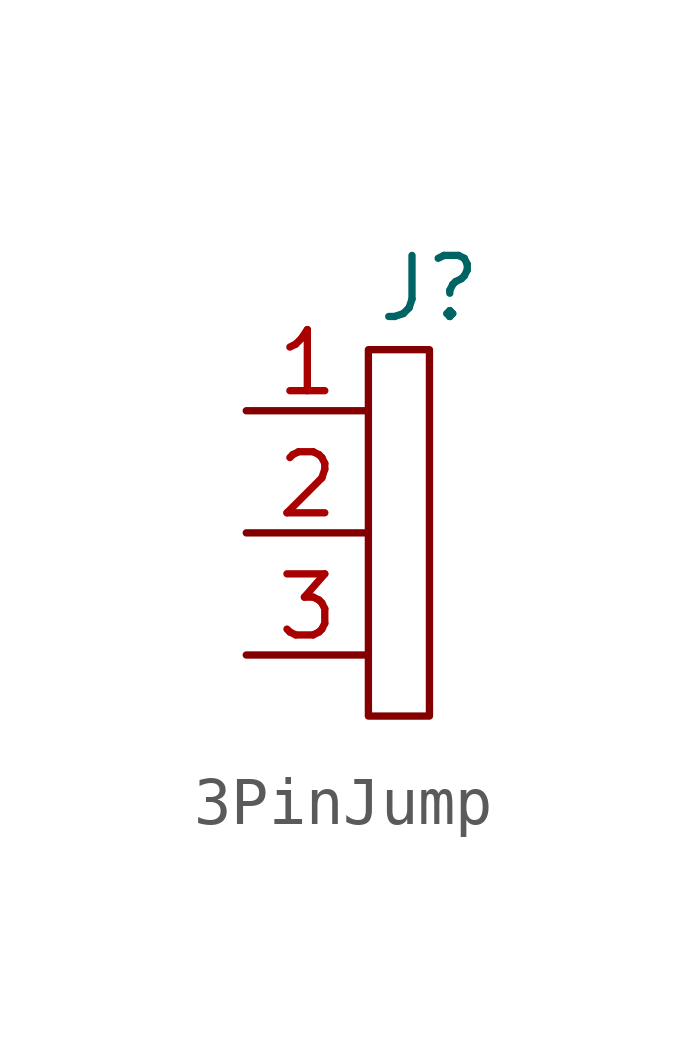
<source format=kicad_sym>
(kicad_symbol_lib
  (version 20211014)
  (generator kicad_symbol_editor)
  (symbol "3PinJump"
    (property "Reference" "J"
      (at 3.81 2.54 0)
      (effects (font (size 1.27 1.27))))
    (symbol "3PinJump_0_0"
      (pin unspecified line (at 0 0 0) (length 2.54) (name "" (effects (font (size 1.27 1.27)))) (number "1" (effects (font (size 1.27 1.27)))))
      (pin unspecified line (at 0 -2.54 0) (length 2.54) (name "" (effects (font (size 1.27 1.27)))) (number "2" (effects (font (size 1.27 1.27)))))
      (pin unspecified line (at 0 -5.08 0) (length 2.54) (name "" (effects (font (size 1.27 1.27)))) (number "3" (effects (font (size 1.27 1.27))))))
    (symbol "3PinJump_0_1"
      (rectangle (start 2.54 1.27) (end 3.81 -6.35) (stroke (width 0) (type default) (color 0 0 0 0)) (fill (type none))))))
</source>
